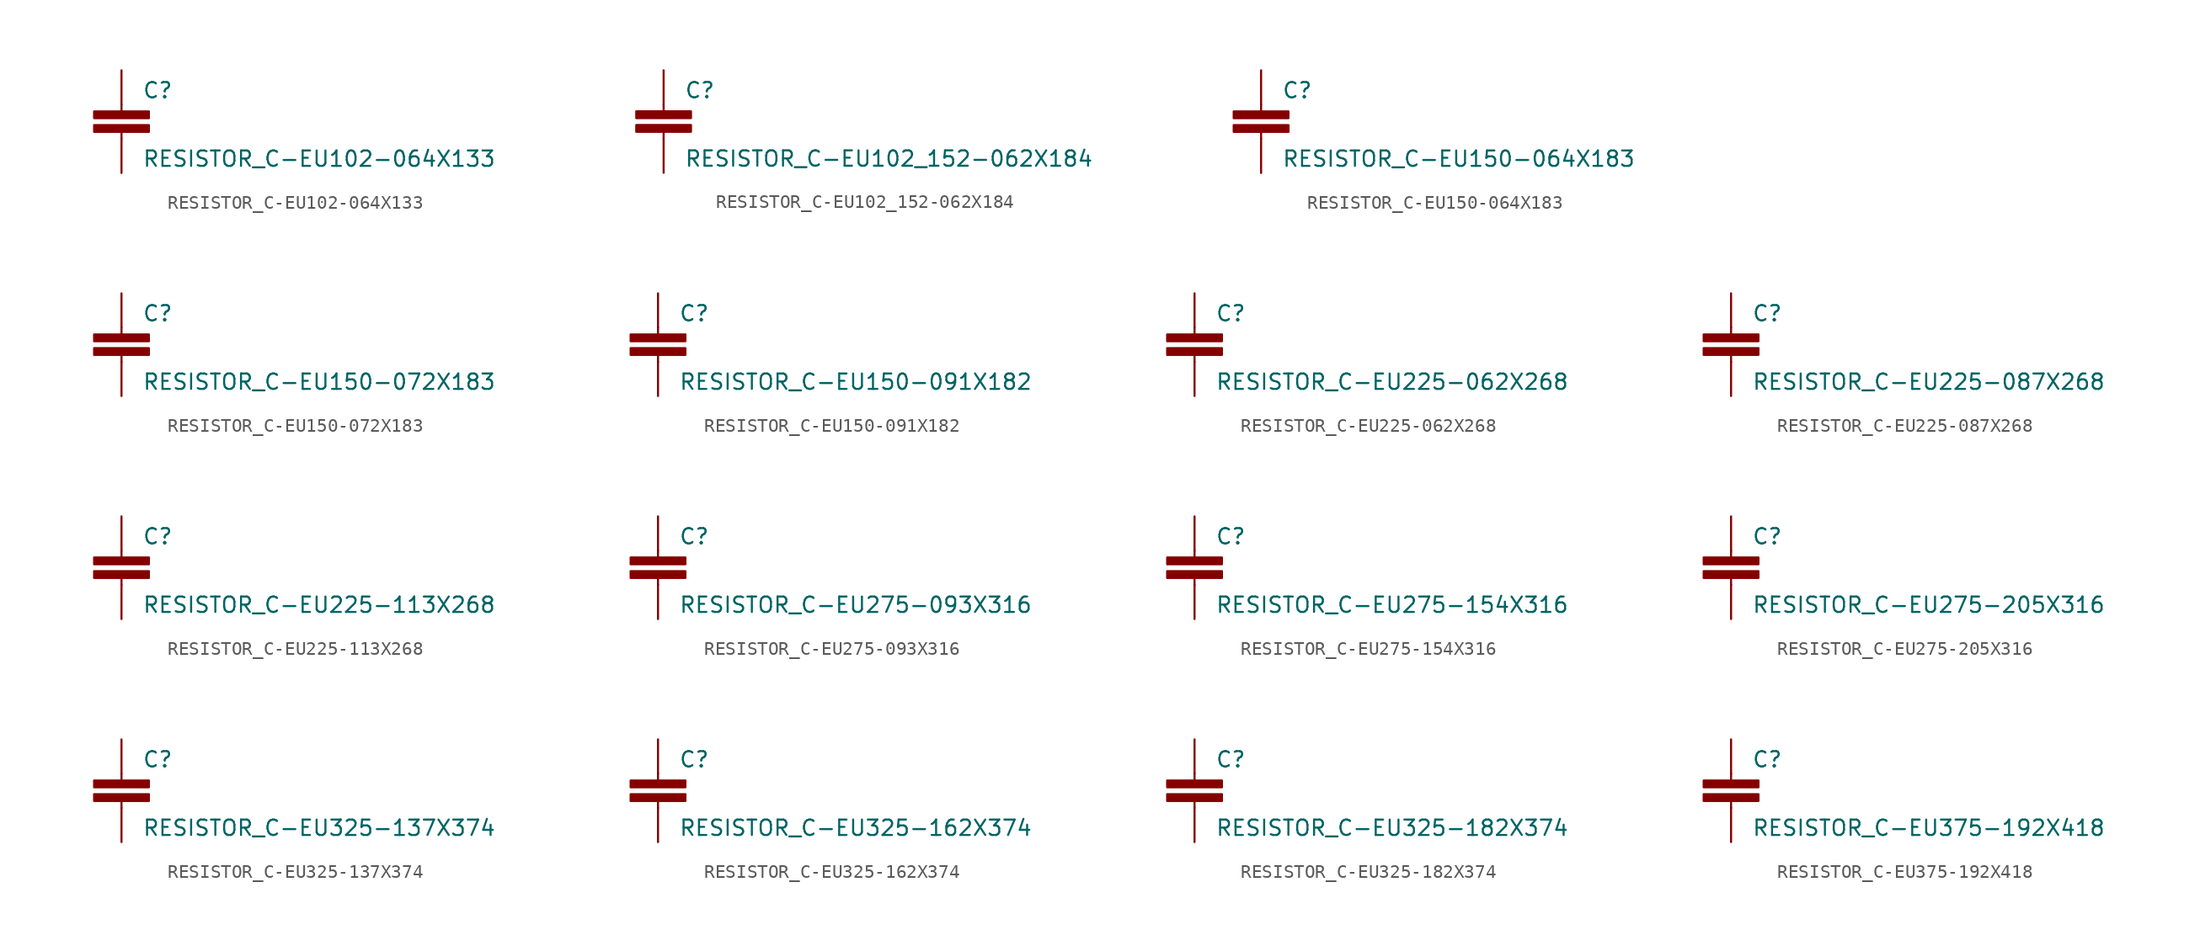
<source format=kicad_sym>
(kicad_symbol_lib
  (version 20210619)
  (generator kicad_symbol_editor)
  (symbol "RESISTOR_C-EU102-064X133"
    (pin_numbers hide)
    (pin_names
      (offset 1.016) hide)
    (property "Reference" "C"
      (at 1.524 0.381 0)
      (effects (font (size 1.143 1.143)) (justify left bottom)))
    (property "Value" "RESISTOR_C-EU102-064X133"
      (at 1.524 -4.699 0)
      (effects (font (size 1.143 1.143)) (justify left bottom)))
    (property "ki_locked" ""
      (at 0 0 0)
      (effects (font (size 1.27 1.27))))
    (symbol "RESISTOR_C-EU102-064X133_1_0"
      (polyline (pts (xy 0 -2.54) (xy 0 -2.032)) (stroke (width 0)) (fill (type none)))
      (polyline (pts (xy 0 0) (xy 0 -0.508)) (stroke (width 0)) (fill (type none))))
    (symbol "RESISTOR_C-EU102-064X133_1_1"
      (rectangle (start -2.032 -2.032) (end 2.032 -1.524) (stroke (width 0)) (fill (type outline)))
      (rectangle (start -2.032 -1.016) (end 2.032 -0.508) (stroke (width 0)) (fill (type outline)))
      (pin passive line (at 0 2.54 270) (length 2.54) (name "1" (effects (font (size 1.016 1.016)))) (number "1" (effects (font (size 1.016 1.016)))))
      (pin passive line (at 0 -5.08 90) (length 2.54) (name "2" (effects (font (size 1.016 1.016)))) (number "2" (effects (font (size 1.016 1.016)))))))
  (symbol "RESISTOR_C-EU102_152-062X184"
    (pin_numbers hide)
    (pin_names
      (offset 1.016) hide)
    (property "Reference" "C"
      (at 1.524 0.381 0)
      (effects (font (size 1.143 1.143)) (justify left bottom)))
    (property "Value" "RESISTOR_C-EU102_152-062X184"
      (at 1.524 -4.699 0)
      (effects (font (size 1.143 1.143)) (justify left bottom)))
    (property "ki_locked" ""
      (at 0 0 0)
      (effects (font (size 1.27 1.27))))
    (symbol "RESISTOR_C-EU102_152-062X184_1_0"
      (polyline (pts (xy 0 -2.54) (xy 0 -2.032)) (stroke (width 0)) (fill (type none)))
      (polyline (pts (xy 0 0) (xy 0 -0.508)) (stroke (width 0)) (fill (type none))))
    (symbol "RESISTOR_C-EU102_152-062X184_1_1"
      (rectangle (start -2.032 -2.032) (end 2.032 -1.524) (stroke (width 0)) (fill (type outline)))
      (rectangle (start -2.032 -1.016) (end 2.032 -0.508) (stroke (width 0)) (fill (type outline)))
      (pin passive line (at 0 2.54 270) (length 2.54) (name "1" (effects (font (size 1.016 1.016)))) (number "1" (effects (font (size 1.016 1.016)))))
      (pin passive line (at 0 -5.08 90) (length 2.54) (name "2" (effects (font (size 1.016 1.016)))) (number "2" (effects (font (size 1.016 1.016)))))))
  (symbol "RESISTOR_C-EU150-064X183"
    (pin_numbers hide)
    (pin_names
      (offset 1.016) hide)
    (property "Reference" "C"
      (at 1.524 0.381 0)
      (effects (font (size 1.143 1.143)) (justify left bottom)))
    (property "Value" "RESISTOR_C-EU150-064X183"
      (at 1.524 -4.699 0)
      (effects (font (size 1.143 1.143)) (justify left bottom)))
    (property "ki_locked" ""
      (at 0 0 0)
      (effects (font (size 1.27 1.27))))
    (symbol "RESISTOR_C-EU150-064X183_1_0"
      (polyline (pts (xy 0 -2.54) (xy 0 -2.032)) (stroke (width 0)) (fill (type none)))
      (polyline (pts (xy 0 0) (xy 0 -0.508)) (stroke (width 0)) (fill (type none))))
    (symbol "RESISTOR_C-EU150-064X183_1_1"
      (rectangle (start -2.032 -2.032) (end 2.032 -1.524) (stroke (width 0)) (fill (type outline)))
      (rectangle (start -2.032 -1.016) (end 2.032 -0.508) (stroke (width 0)) (fill (type outline)))
      (pin passive line (at 0 2.54 270) (length 2.54) (name "1" (effects (font (size 1.016 1.016)))) (number "1" (effects (font (size 1.016 1.016)))))
      (pin passive line (at 0 -5.08 90) (length 2.54) (name "2" (effects (font (size 1.016 1.016)))) (number "2" (effects (font (size 1.016 1.016)))))))
  (symbol "RESISTOR_C-EU150-072X183"
    (pin_numbers hide)
    (pin_names
      (offset 1.016) hide)
    (property "Reference" "C"
      (at 1.524 0.381 0)
      (effects (font (size 1.143 1.143)) (justify left bottom)))
    (property "Value" "RESISTOR_C-EU150-072X183"
      (at 1.524 -4.699 0)
      (effects (font (size 1.143 1.143)) (justify left bottom)))
    (property "ki_locked" ""
      (at 0 0 0)
      (effects (font (size 1.27 1.27))))
    (symbol "RESISTOR_C-EU150-072X183_1_0"
      (polyline (pts (xy 0 -2.54) (xy 0 -2.032)) (stroke (width 0)) (fill (type none)))
      (polyline (pts (xy 0 0) (xy 0 -0.508)) (stroke (width 0)) (fill (type none))))
    (symbol "RESISTOR_C-EU150-072X183_1_1"
      (rectangle (start -2.032 -2.032) (end 2.032 -1.524) (stroke (width 0)) (fill (type outline)))
      (rectangle (start -2.032 -1.016) (end 2.032 -0.508) (stroke (width 0)) (fill (type outline)))
      (pin passive line (at 0 2.54 270) (length 2.54) (name "1" (effects (font (size 1.016 1.016)))) (number "1" (effects (font (size 1.016 1.016)))))
      (pin passive line (at 0 -5.08 90) (length 2.54) (name "2" (effects (font (size 1.016 1.016)))) (number "2" (effects (font (size 1.016 1.016)))))))
  (symbol "RESISTOR_C-EU150-091X182"
    (pin_numbers hide)
    (pin_names
      (offset 1.016) hide)
    (property "Reference" "C"
      (at 1.524 0.381 0)
      (effects (font (size 1.143 1.143)) (justify left bottom)))
    (property "Value" "RESISTOR_C-EU150-091X182"
      (at 1.524 -4.699 0)
      (effects (font (size 1.143 1.143)) (justify left bottom)))
    (property "ki_locked" ""
      (at 0 0 0)
      (effects (font (size 1.27 1.27))))
    (symbol "RESISTOR_C-EU150-091X182_1_0"
      (polyline (pts (xy 0 -2.54) (xy 0 -2.032)) (stroke (width 0)) (fill (type none)))
      (polyline (pts (xy 0 0) (xy 0 -0.508)) (stroke (width 0)) (fill (type none))))
    (symbol "RESISTOR_C-EU150-091X182_1_1"
      (rectangle (start -2.032 -2.032) (end 2.032 -1.524) (stroke (width 0)) (fill (type outline)))
      (rectangle (start -2.032 -1.016) (end 2.032 -0.508) (stroke (width 0)) (fill (type outline)))
      (pin passive line (at 0 2.54 270) (length 2.54) (name "1" (effects (font (size 1.016 1.016)))) (number "1" (effects (font (size 1.016 1.016)))))
      (pin passive line (at 0 -5.08 90) (length 2.54) (name "2" (effects (font (size 1.016 1.016)))) (number "2" (effects (font (size 1.016 1.016)))))))
  (symbol "RESISTOR_C-EU225-062X268"
    (pin_numbers hide)
    (pin_names
      (offset 1.016) hide)
    (property "Reference" "C"
      (at 1.524 0.381 0)
      (effects (font (size 1.143 1.143)) (justify left bottom)))
    (property "Value" "RESISTOR_C-EU225-062X268"
      (at 1.524 -4.699 0)
      (effects (font (size 1.143 1.143)) (justify left bottom)))
    (property "ki_locked" ""
      (at 0 0 0)
      (effects (font (size 1.27 1.27))))
    (symbol "RESISTOR_C-EU225-062X268_1_0"
      (polyline (pts (xy 0 -2.54) (xy 0 -2.032)) (stroke (width 0)) (fill (type none)))
      (polyline (pts (xy 0 0) (xy 0 -0.508)) (stroke (width 0)) (fill (type none))))
    (symbol "RESISTOR_C-EU225-062X268_1_1"
      (rectangle (start -2.032 -2.032) (end 2.032 -1.524) (stroke (width 0)) (fill (type outline)))
      (rectangle (start -2.032 -1.016) (end 2.032 -0.508) (stroke (width 0)) (fill (type outline)))
      (pin passive line (at 0 2.54 270) (length 2.54) (name "1" (effects (font (size 1.016 1.016)))) (number "1" (effects (font (size 1.016 1.016)))))
      (pin passive line (at 0 -5.08 90) (length 2.54) (name "2" (effects (font (size 1.016 1.016)))) (number "2" (effects (font (size 1.016 1.016)))))))
  (symbol "RESISTOR_C-EU225-087X268"
    (pin_numbers hide)
    (pin_names
      (offset 1.016) hide)
    (property "Reference" "C"
      (at 1.524 0.381 0)
      (effects (font (size 1.143 1.143)) (justify left bottom)))
    (property "Value" "RESISTOR_C-EU225-087X268"
      (at 1.524 -4.699 0)
      (effects (font (size 1.143 1.143)) (justify left bottom)))
    (property "ki_locked" ""
      (at 0 0 0)
      (effects (font (size 1.27 1.27))))
    (symbol "RESISTOR_C-EU225-087X268_1_0"
      (polyline (pts (xy 0 -2.54) (xy 0 -2.032)) (stroke (width 0)) (fill (type none)))
      (polyline (pts (xy 0 0) (xy 0 -0.508)) (stroke (width 0)) (fill (type none))))
    (symbol "RESISTOR_C-EU225-087X268_1_1"
      (rectangle (start -2.032 -2.032) (end 2.032 -1.524) (stroke (width 0)) (fill (type outline)))
      (rectangle (start -2.032 -1.016) (end 2.032 -0.508) (stroke (width 0)) (fill (type outline)))
      (pin passive line (at 0 2.54 270) (length 2.54) (name "1" (effects (font (size 1.016 1.016)))) (number "1" (effects (font (size 1.016 1.016)))))
      (pin passive line (at 0 -5.08 90) (length 2.54) (name "2" (effects (font (size 1.016 1.016)))) (number "2" (effects (font (size 1.016 1.016)))))))
  (symbol "RESISTOR_C-EU225-113X268"
    (pin_numbers hide)
    (pin_names
      (offset 1.016) hide)
    (property "Reference" "C"
      (at 1.524 0.381 0)
      (effects (font (size 1.143 1.143)) (justify left bottom)))
    (property "Value" "RESISTOR_C-EU225-113X268"
      (at 1.524 -4.699 0)
      (effects (font (size 1.143 1.143)) (justify left bottom)))
    (property "ki_locked" ""
      (at 0 0 0)
      (effects (font (size 1.27 1.27))))
    (symbol "RESISTOR_C-EU225-113X268_1_0"
      (polyline (pts (xy 0 -2.54) (xy 0 -2.032)) (stroke (width 0)) (fill (type none)))
      (polyline (pts (xy 0 0) (xy 0 -0.508)) (stroke (width 0)) (fill (type none))))
    (symbol "RESISTOR_C-EU225-113X268_1_1"
      (rectangle (start -2.032 -2.032) (end 2.032 -1.524) (stroke (width 0)) (fill (type outline)))
      (rectangle (start -2.032 -1.016) (end 2.032 -0.508) (stroke (width 0)) (fill (type outline)))
      (pin passive line (at 0 2.54 270) (length 2.54) (name "1" (effects (font (size 1.016 1.016)))) (number "1" (effects (font (size 1.016 1.016)))))
      (pin passive line (at 0 -5.08 90) (length 2.54) (name "2" (effects (font (size 1.016 1.016)))) (number "2" (effects (font (size 1.016 1.016)))))))
  (symbol "RESISTOR_C-EU275-093X316"
    (pin_numbers hide)
    (pin_names
      (offset 1.016) hide)
    (property "Reference" "C"
      (at 1.524 0.381 0)
      (effects (font (size 1.143 1.143)) (justify left bottom)))
    (property "Value" "RESISTOR_C-EU275-093X316"
      (at 1.524 -4.699 0)
      (effects (font (size 1.143 1.143)) (justify left bottom)))
    (property "ki_locked" ""
      (at 0 0 0)
      (effects (font (size 1.27 1.27))))
    (symbol "RESISTOR_C-EU275-093X316_1_0"
      (polyline (pts (xy 0 -2.54) (xy 0 -2.032)) (stroke (width 0)) (fill (type none)))
      (polyline (pts (xy 0 0) (xy 0 -0.508)) (stroke (width 0)) (fill (type none))))
    (symbol "RESISTOR_C-EU275-093X316_1_1"
      (rectangle (start -2.032 -2.032) (end 2.032 -1.524) (stroke (width 0)) (fill (type outline)))
      (rectangle (start -2.032 -1.016) (end 2.032 -0.508) (stroke (width 0)) (fill (type outline)))
      (pin passive line (at 0 2.54 270) (length 2.54) (name "1" (effects (font (size 1.016 1.016)))) (number "1" (effects (font (size 1.016 1.016)))))
      (pin passive line (at 0 -5.08 90) (length 2.54) (name "2" (effects (font (size 1.016 1.016)))) (number "2" (effects (font (size 1.016 1.016)))))))
  (symbol "RESISTOR_C-EU275-154X316"
    (pin_numbers hide)
    (pin_names
      (offset 1.016) hide)
    (property "Reference" "C"
      (at 1.524 0.381 0)
      (effects (font (size 1.143 1.143)) (justify left bottom)))
    (property "Value" "RESISTOR_C-EU275-154X316"
      (at 1.524 -4.699 0)
      (effects (font (size 1.143 1.143)) (justify left bottom)))
    (property "ki_locked" ""
      (at 0 0 0)
      (effects (font (size 1.27 1.27))))
    (symbol "RESISTOR_C-EU275-154X316_1_0"
      (polyline (pts (xy 0 -2.54) (xy 0 -2.032)) (stroke (width 0)) (fill (type none)))
      (polyline (pts (xy 0 0) (xy 0 -0.508)) (stroke (width 0)) (fill (type none))))
    (symbol "RESISTOR_C-EU275-154X316_1_1"
      (rectangle (start -2.032 -2.032) (end 2.032 -1.524) (stroke (width 0)) (fill (type outline)))
      (rectangle (start -2.032 -1.016) (end 2.032 -0.508) (stroke (width 0)) (fill (type outline)))
      (pin passive line (at 0 2.54 270) (length 2.54) (name "1" (effects (font (size 1.016 1.016)))) (number "1" (effects (font (size 1.016 1.016)))))
      (pin passive line (at 0 -5.08 90) (length 2.54) (name "2" (effects (font (size 1.016 1.016)))) (number "2" (effects (font (size 1.016 1.016)))))))
  (symbol "RESISTOR_C-EU275-205X316"
    (pin_numbers hide)
    (pin_names
      (offset 1.016) hide)
    (property "Reference" "C"
      (at 1.524 0.381 0)
      (effects (font (size 1.143 1.143)) (justify left bottom)))
    (property "Value" "RESISTOR_C-EU275-205X316"
      (at 1.524 -4.699 0)
      (effects (font (size 1.143 1.143)) (justify left bottom)))
    (property "ki_locked" ""
      (at 0 0 0)
      (effects (font (size 1.27 1.27))))
    (symbol "RESISTOR_C-EU275-205X316_1_0"
      (polyline (pts (xy 0 -2.54) (xy 0 -2.032)) (stroke (width 0)) (fill (type none)))
      (polyline (pts (xy 0 0) (xy 0 -0.508)) (stroke (width 0)) (fill (type none))))
    (symbol "RESISTOR_C-EU275-205X316_1_1"
      (rectangle (start -2.032 -2.032) (end 2.032 -1.524) (stroke (width 0)) (fill (type outline)))
      (rectangle (start -2.032 -1.016) (end 2.032 -0.508) (stroke (width 0)) (fill (type outline)))
      (pin passive line (at 0 2.54 270) (length 2.54) (name "1" (effects (font (size 1.016 1.016)))) (number "1" (effects (font (size 1.016 1.016)))))
      (pin passive line (at 0 -5.08 90) (length 2.54) (name "2" (effects (font (size 1.016 1.016)))) (number "2" (effects (font (size 1.016 1.016)))))))
  (symbol "RESISTOR_C-EU325-137X374"
    (pin_numbers hide)
    (pin_names
      (offset 1.016) hide)
    (property "Reference" "C"
      (at 1.524 0.381 0)
      (effects (font (size 1.143 1.143)) (justify left bottom)))
    (property "Value" "RESISTOR_C-EU325-137X374"
      (at 1.524 -4.699 0)
      (effects (font (size 1.143 1.143)) (justify left bottom)))
    (property "ki_locked" ""
      (at 0 0 0)
      (effects (font (size 1.27 1.27))))
    (symbol "RESISTOR_C-EU325-137X374_1_0"
      (polyline (pts (xy 0 -2.54) (xy 0 -2.032)) (stroke (width 0)) (fill (type none)))
      (polyline (pts (xy 0 0) (xy 0 -0.508)) (stroke (width 0)) (fill (type none))))
    (symbol "RESISTOR_C-EU325-137X374_1_1"
      (rectangle (start -2.032 -2.032) (end 2.032 -1.524) (stroke (width 0)) (fill (type outline)))
      (rectangle (start -2.032 -1.016) (end 2.032 -0.508) (stroke (width 0)) (fill (type outline)))
      (pin passive line (at 0 2.54 270) (length 2.54) (name "1" (effects (font (size 1.016 1.016)))) (number "1" (effects (font (size 1.016 1.016)))))
      (pin passive line (at 0 -5.08 90) (length 2.54) (name "2" (effects (font (size 1.016 1.016)))) (number "2" (effects (font (size 1.016 1.016)))))))
  (symbol "RESISTOR_C-EU325-162X374"
    (pin_numbers hide)
    (pin_names
      (offset 1.016) hide)
    (property "Reference" "C"
      (at 1.524 0.381 0)
      (effects (font (size 1.143 1.143)) (justify left bottom)))
    (property "Value" "RESISTOR_C-EU325-162X374"
      (at 1.524 -4.699 0)
      (effects (font (size 1.143 1.143)) (justify left bottom)))
    (property "ki_locked" ""
      (at 0 0 0)
      (effects (font (size 1.27 1.27))))
    (symbol "RESISTOR_C-EU325-162X374_1_0"
      (polyline (pts (xy 0 -2.54) (xy 0 -2.032)) (stroke (width 0)) (fill (type none)))
      (polyline (pts (xy 0 0) (xy 0 -0.508)) (stroke (width 0)) (fill (type none))))
    (symbol "RESISTOR_C-EU325-162X374_1_1"
      (rectangle (start -2.032 -2.032) (end 2.032 -1.524) (stroke (width 0)) (fill (type outline)))
      (rectangle (start -2.032 -1.016) (end 2.032 -0.508) (stroke (width 0)) (fill (type outline)))
      (pin passive line (at 0 2.54 270) (length 2.54) (name "1" (effects (font (size 1.016 1.016)))) (number "1" (effects (font (size 1.016 1.016)))))
      (pin passive line (at 0 -5.08 90) (length 2.54) (name "2" (effects (font (size 1.016 1.016)))) (number "2" (effects (font (size 1.016 1.016)))))))
  (symbol "RESISTOR_C-EU325-182X374"
    (pin_numbers hide)
    (pin_names
      (offset 1.016) hide)
    (property "Reference" "C"
      (at 1.524 0.381 0)
      (effects (font (size 1.143 1.143)) (justify left bottom)))
    (property "Value" "RESISTOR_C-EU325-182X374"
      (at 1.524 -4.699 0)
      (effects (font (size 1.143 1.143)) (justify left bottom)))
    (property "ki_locked" ""
      (at 0 0 0)
      (effects (font (size 1.27 1.27))))
    (symbol "RESISTOR_C-EU325-182X374_1_0"
      (polyline (pts (xy 0 -2.54) (xy 0 -2.032)) (stroke (width 0)) (fill (type none)))
      (polyline (pts (xy 0 0) (xy 0 -0.508)) (stroke (width 0)) (fill (type none))))
    (symbol "RESISTOR_C-EU325-182X374_1_1"
      (rectangle (start -2.032 -2.032) (end 2.032 -1.524) (stroke (width 0)) (fill (type outline)))
      (rectangle (start -2.032 -1.016) (end 2.032 -0.508) (stroke (width 0)) (fill (type outline)))
      (pin passive line (at 0 2.54 270) (length 2.54) (name "1" (effects (font (size 1.016 1.016)))) (number "1" (effects (font (size 1.016 1.016)))))
      (pin passive line (at 0 -5.08 90) (length 2.54) (name "2" (effects (font (size 1.016 1.016)))) (number "2" (effects (font (size 1.016 1.016)))))))
  (symbol "RESISTOR_C-EU375-192X418"
    (pin_numbers hide)
    (pin_names
      (offset 1.016) hide)
    (property "Reference" "C"
      (at 1.524 0.381 0)
      (effects (font (size 1.143 1.143)) (justify left bottom)))
    (property "Value" "RESISTOR_C-EU375-192X418"
      (at 1.524 -4.699 0)
      (effects (font (size 1.143 1.143)) (justify left bottom)))
    (property "ki_locked" ""
      (at 0 0 0)
      (effects (font (size 1.27 1.27))))
    (symbol "RESISTOR_C-EU375-192X418_1_0"
      (polyline (pts (xy 0 -2.54) (xy 0 -2.032)) (stroke (width 0)) (fill (type none)))
      (polyline (pts (xy 0 0) (xy 0 -0.508)) (stroke (width 0)) (fill (type none))))
    (symbol "RESISTOR_C-EU375-192X418_1_1"
      (rectangle (start -2.032 -2.032) (end 2.032 -1.524) (stroke (width 0)) (fill (type outline)))
      (rectangle (start -2.032 -1.016) (end 2.032 -0.508) (stroke (width 0)) (fill (type outline)))
      (pin passive line (at 0 2.54 270) (length 2.54) (name "1" (effects (font (size 1.016 1.016)))) (number "1" (effects (font (size 1.016 1.016)))))
      (pin passive line (at 0 -5.08 90) (length 2.54) (name "2" (effects (font (size 1.016 1.016)))) (number "2" (effects (font (size 1.016 1.016))))))))
</source>
